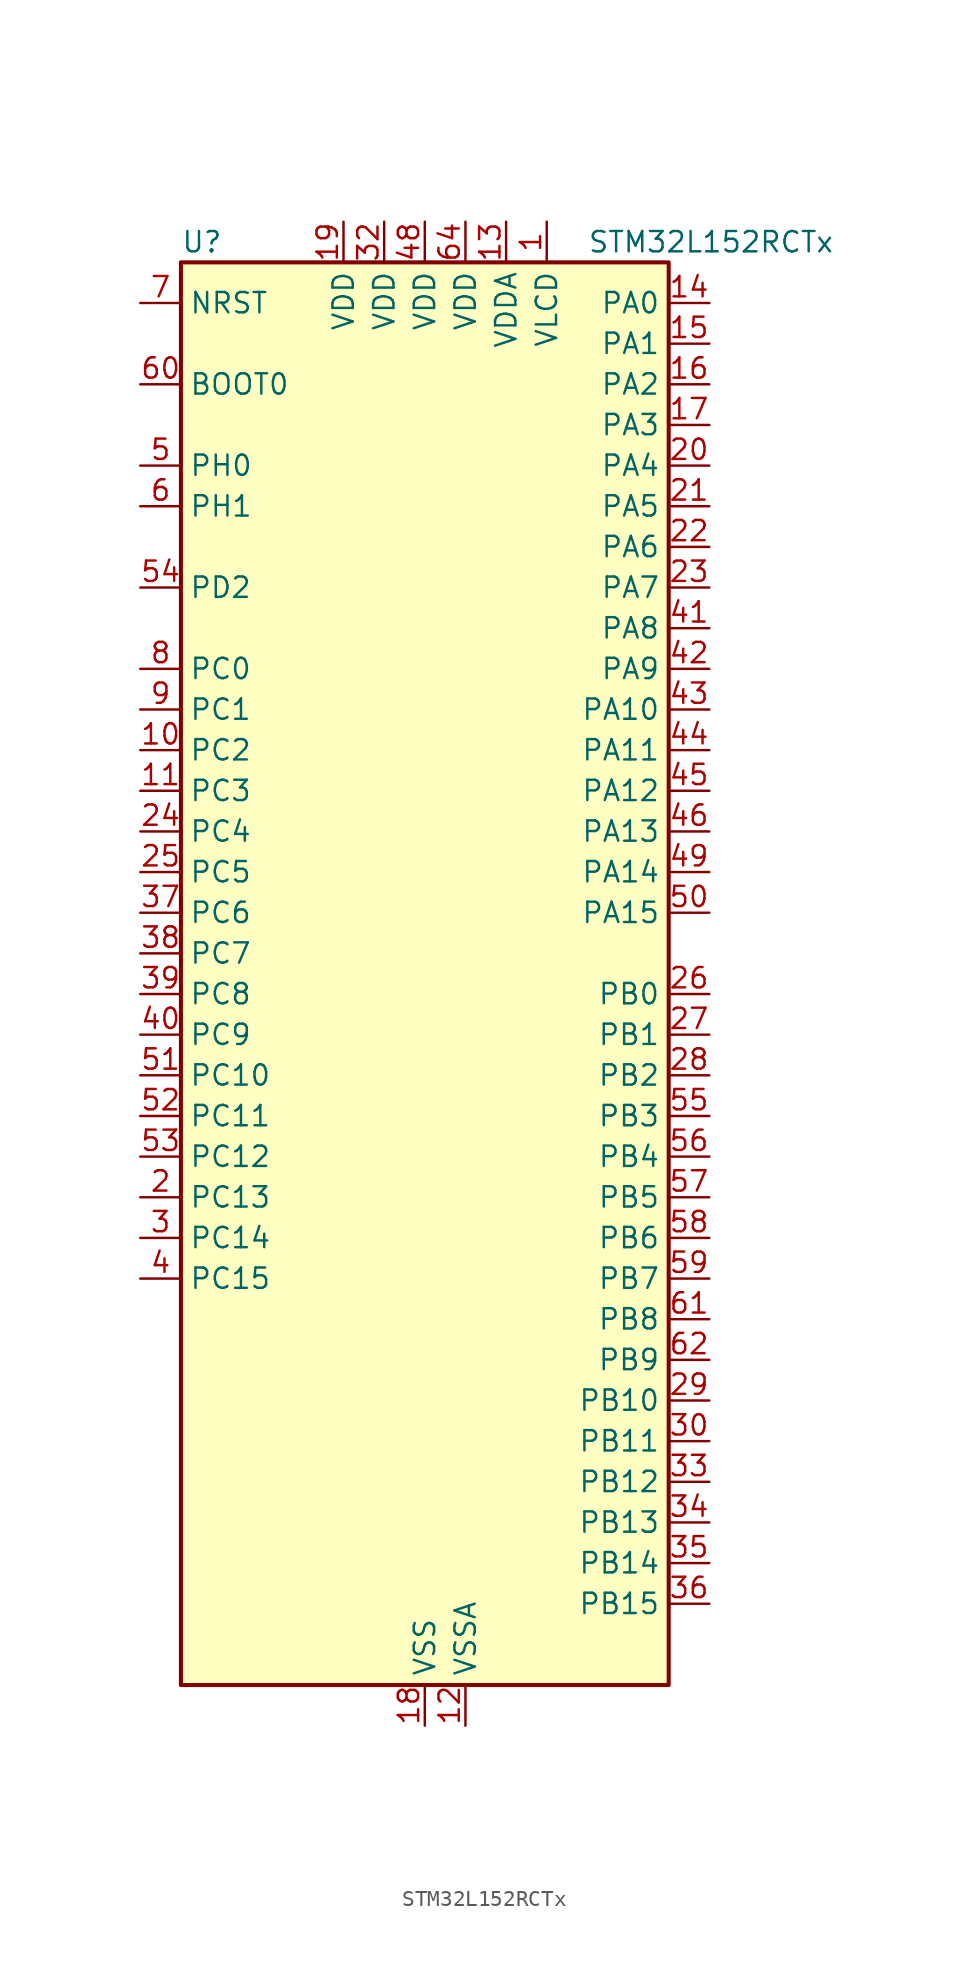
<source format=kicad_sym>
(kicad_symbol_lib
  (version 20231120)
  (generator "kicad_symbol_editor")
  (generator_version "8.0")
  (symbol "STM32L152RCTx"
    (property "Reference" "U"
      (at -15.24 46.99 0)
      (effects (font (size 1.27 1.27)) (justify left)))
    (property "Value" "STM32L152RCTx"
      (at 10.16 46.99 0)
      (effects (font (size 1.27 1.27)) (justify left)))
    (property "ki_locked" ""
      (at 0 0 0)
      (effects (font (size 1.27 1.27))))
    (symbol "STM32L152RCTx_0_1"
      (rectangle (start -15.24 -43.18) (end 15.24 45.72) (stroke (width 0.254) (type default)) (fill (type background))))
    (symbol "STM32L152RCTx_1_1"
      (pin power_in line (at 7.62 48.26 270) (length 2.54) (name "VLCD" (effects (font (size 1.27 1.27)))) (number "1" (effects (font (size 1.27 1.27)))))
      (pin bidirectional line (at -17.78 15.24 0) (length 2.54) (name "PC2" (effects (font (size 1.27 1.27)))) (number "10" (effects (font (size 1.27 1.27)))) (alternate "ADC_IN12" bidirectional line) (alternate "COMP1_INP" bidirectional line) (alternate "LCD_SEG20" bidirectional line) (alternate "TIMX_IC3" bidirectional line) (alternate "TS_G8_IO3" bidirectional line))
      (pin bidirectional line (at -17.78 12.7 0) (length 2.54) (name "PC3" (effects (font (size 1.27 1.27)))) (number "11" (effects (font (size 1.27 1.27)))) (alternate "ADC_IN13" bidirectional line) (alternate "COMP1_INP" bidirectional line) (alternate "LCD_SEG21" bidirectional line) (alternate "TIMX_IC4" bidirectional line) (alternate "TS_G8_IO4" bidirectional line))
      (pin power_in line (at 2.54 -45.72 90) (length 2.54) (name "VSSA" (effects (font (size 1.27 1.27)))) (number "12" (effects (font (size 1.27 1.27)))))
      (pin power_in line (at 5.08 48.26 270) (length 2.54) (name "VDDA" (effects (font (size 1.27 1.27)))) (number "13" (effects (font (size 1.27 1.27)))))
      (pin bidirectional line (at 17.78 43.18 180) (length 2.54) (name "PA0" (effects (font (size 1.27 1.27)))) (number "14" (effects (font (size 1.27 1.27)))) (alternate "ADC_IN0" bidirectional line) (alternate "COMP1_INP" bidirectional line) (alternate "RTC_TAMP2" bidirectional line) (alternate "SYS_WKUP1" bidirectional line) (alternate "TIM2_CH1" bidirectional line) (alternate "TIM2_ETR" bidirectional line) (alternate "TIM5_CH1" bidirectional line) (alternate "TIMX_IC1" bidirectional line) (alternate "TS_G1_IO1" bidirectional line) (alternate "USART2_CTS" bidirectional line))
      (pin bidirectional line (at 17.78 40.64 180) (length 2.54) (name "PA1" (effects (font (size 1.27 1.27)))) (number "15" (effects (font (size 1.27 1.27)))) (alternate "ADC_IN1" bidirectional line) (alternate "COMP1_INP" bidirectional line) (alternate "LCD_SEG0" bidirectional line) (alternate "OPAMP1_VINP" bidirectional line) (alternate "TIM2_CH2" bidirectional line) (alternate "TIM5_CH2" bidirectional line) (alternate "TIMX_IC2" bidirectional line) (alternate "TS_G1_IO2" bidirectional line) (alternate "USART2_RTS" bidirectional line))
      (pin bidirectional line (at 17.78 38.1 180) (length 2.54) (name "PA2" (effects (font (size 1.27 1.27)))) (number "16" (effects (font (size 1.27 1.27)))) (alternate "ADC_IN2" bidirectional line) (alternate "COMP1_INP" bidirectional line) (alternate "LCD_SEG1" bidirectional line) (alternate "OPAMP1_VINM" bidirectional line) (alternate "TIM2_CH3" bidirectional line) (alternate "TIM5_CH3" bidirectional line) (alternate "TIM9_CH1" bidirectional line) (alternate "TIMX_IC3" bidirectional line) (alternate "TS_G1_IO3" bidirectional line) (alternate "USART2_TX" bidirectional line))
      (pin bidirectional line (at 17.78 35.56 180) (length 2.54) (name "PA3" (effects (font (size 1.27 1.27)))) (number "17" (effects (font (size 1.27 1.27)))) (alternate "ADC_IN3" bidirectional line) (alternate "COMP1_INP" bidirectional line) (alternate "LCD_SEG2" bidirectional line) (alternate "OPAMP1_VOUT" bidirectional line) (alternate "TIM2_CH4" bidirectional line) (alternate "TIM5_CH4" bidirectional line) (alternate "TIM9_CH2" bidirectional line) (alternate "TIMX_IC4" bidirectional line) (alternate "TS_G1_IO4" bidirectional line) (alternate "USART2_RX" bidirectional line))
      (pin power_in line (at 0 -45.72 90) (length 2.54) (name "VSS" (effects (font (size 1.27 1.27)))) (number "18" (effects (font (size 1.27 1.27)))))
      (pin power_in line (at -5.08 48.26 270) (length 2.54) (name "VDD" (effects (font (size 1.27 1.27)))) (number "19" (effects (font (size 1.27 1.27)))))
      (pin bidirectional line (at -17.78 -12.7 0) (length 2.54) (name "PC13" (effects (font (size 1.27 1.27)))) (number "2" (effects (font (size 1.27 1.27)))) (alternate "RTC_OUT_ALARM" bidirectional line) (alternate "RTC_OUT_CALIB" bidirectional line) (alternate "RTC_TAMP1" bidirectional line) (alternate "RTC_TS" bidirectional line) (alternate "SYS_WKUP2" bidirectional line) (alternate "TIMX_IC2" bidirectional line))
      (pin bidirectional line (at 17.78 33.02 180) (length 2.54) (name "PA4" (effects (font (size 1.27 1.27)))) (number "20" (effects (font (size 1.27 1.27)))) (alternate "ADC_IN4" bidirectional line) (alternate "COMP1_INP" bidirectional line) (alternate "DAC_OUT1" bidirectional line) (alternate "I2S3_WS" bidirectional line) (alternate "SPI1_NSS" bidirectional line) (alternate "SPI3_NSS" bidirectional line) (alternate "TIMX_IC1" bidirectional line) (alternate "USART2_CK" bidirectional line))
      (pin bidirectional line (at 17.78 30.48 180) (length 2.54) (name "PA5" (effects (font (size 1.27 1.27)))) (number "21" (effects (font (size 1.27 1.27)))) (alternate "ADC_IN5" bidirectional line) (alternate "COMP1_INP" bidirectional line) (alternate "DAC_OUT2" bidirectional line) (alternate "SPI1_SCK" bidirectional line) (alternate "TIM2_CH1" bidirectional line) (alternate "TIM2_ETR" bidirectional line) (alternate "TIMX_IC2" bidirectional line))
      (pin bidirectional line (at 17.78 27.94 180) (length 2.54) (name "PA6" (effects (font (size 1.27 1.27)))) (number "22" (effects (font (size 1.27 1.27)))) (alternate "ADC_IN6" bidirectional line) (alternate "COMP1_INP" bidirectional line) (alternate "LCD_SEG3" bidirectional line) (alternate "OPAMP2_VINP" bidirectional line) (alternate "SPI1_MISO" bidirectional line) (alternate "TIM10_CH1" bidirectional line) (alternate "TIM3_CH1" bidirectional line) (alternate "TIMX_IC3" bidirectional line) (alternate "TS_G2_IO1" bidirectional line))
      (pin bidirectional line (at 17.78 25.4 180) (length 2.54) (name "PA7" (effects (font (size 1.27 1.27)))) (number "23" (effects (font (size 1.27 1.27)))) (alternate "ADC_IN7" bidirectional line) (alternate "COMP1_INP" bidirectional line) (alternate "LCD_SEG4" bidirectional line) (alternate "OPAMP2_VINM" bidirectional line) (alternate "SPI1_MOSI" bidirectional line) (alternate "TIM11_CH1" bidirectional line) (alternate "TIM3_CH2" bidirectional line) (alternate "TIMX_IC4" bidirectional line) (alternate "TS_G2_IO2" bidirectional line))
      (pin bidirectional line (at -17.78 10.16 0) (length 2.54) (name "PC4" (effects (font (size 1.27 1.27)))) (number "24" (effects (font (size 1.27 1.27)))) (alternate "ADC_IN14" bidirectional line) (alternate "COMP1_INP" bidirectional line) (alternate "LCD_SEG22" bidirectional line) (alternate "TIMX_IC1" bidirectional line) (alternate "TS_G9_IO1" bidirectional line))
      (pin bidirectional line (at -17.78 7.62 0) (length 2.54) (name "PC5" (effects (font (size 1.27 1.27)))) (number "25" (effects (font (size 1.27 1.27)))) (alternate "ADC_IN15" bidirectional line) (alternate "COMP1_INP" bidirectional line) (alternate "LCD_SEG23" bidirectional line) (alternate "TIMX_IC2" bidirectional line) (alternate "TS_G9_IO2" bidirectional line))
      (pin bidirectional line (at 17.78 0 180) (length 2.54) (name "PB0" (effects (font (size 1.27 1.27)))) (number "26" (effects (font (size 1.27 1.27)))) (alternate "ADC_IN8" bidirectional line) (alternate "COMP1_INP" bidirectional line) (alternate "LCD_SEG5" bidirectional line) (alternate "OPAMP2_VOUT" bidirectional line) (alternate "SYS_V_REF_OUT" bidirectional line) (alternate "TIM3_CH3" bidirectional line) (alternate "TS_G3_IO1" bidirectional line))
      (pin bidirectional line (at 17.78 -2.54 180) (length 2.54) (name "PB1" (effects (font (size 1.27 1.27)))) (number "27" (effects (font (size 1.27 1.27)))) (alternate "ADC_IN9" bidirectional line) (alternate "COMP1_INP" bidirectional line) (alternate "LCD_SEG6" bidirectional line) (alternate "SYS_V_REF_OUT" bidirectional line) (alternate "TIM3_CH4" bidirectional line) (alternate "TS_G3_IO2" bidirectional line))
      (pin bidirectional line (at 17.78 -5.08 180) (length 2.54) (name "PB2" (effects (font (size 1.27 1.27)))) (number "28" (effects (font (size 1.27 1.27)))) (alternate "TS_G3_IO3" bidirectional line))
      (pin bidirectional line (at 17.78 -25.4 180) (length 2.54) (name "PB10" (effects (font (size 1.27 1.27)))) (number "29" (effects (font (size 1.27 1.27)))) (alternate "I2C2_SCL" bidirectional line) (alternate "LCD_SEG10" bidirectional line) (alternate "TIM2_CH3" bidirectional line) (alternate "USART3_TX" bidirectional line))
      (pin bidirectional line (at -17.78 -15.24 0) (length 2.54) (name "PC14" (effects (font (size 1.27 1.27)))) (number "3" (effects (font (size 1.27 1.27)))) (alternate "RCC_OSC32_IN" bidirectional line) (alternate "TIMX_IC3" bidirectional line))
      (pin bidirectional line (at 17.78 -27.94 180) (length 2.54) (name "PB11" (effects (font (size 1.27 1.27)))) (number "30" (effects (font (size 1.27 1.27)))) (alternate "ADC_EXTI11" bidirectional line) (alternate "I2C2_SDA" bidirectional line) (alternate "LCD_SEG11" bidirectional line) (alternate "TIM2_CH4" bidirectional line) (alternate "USART3_RX" bidirectional line))
      (pin passive line (at 0 -45.72 90) (length 2.54) hide (name "VSS" (effects (font (size 1.27 1.27)))) (number "31" (effects (font (size 1.27 1.27)))))
      (pin power_in line (at -2.54 48.26 270) (length 2.54) (name "VDD" (effects (font (size 1.27 1.27)))) (number "32" (effects (font (size 1.27 1.27)))))
      (pin bidirectional line (at 17.78 -30.48 180) (length 2.54) (name "PB12" (effects (font (size 1.27 1.27)))) (number "33" (effects (font (size 1.27 1.27)))) (alternate "ADC_IN18" bidirectional line) (alternate "COMP1_INP" bidirectional line) (alternate "I2C2_SMBA" bidirectional line) (alternate "I2S2_WS" bidirectional line) (alternate "LCD_SEG12" bidirectional line) (alternate "SPI2_NSS" bidirectional line) (alternate "TIM10_CH1" bidirectional line) (alternate "TS_G7_IO1" bidirectional line) (alternate "USART3_CK" bidirectional line))
      (pin bidirectional line (at 17.78 -33.02 180) (length 2.54) (name "PB13" (effects (font (size 1.27 1.27)))) (number "34" (effects (font (size 1.27 1.27)))) (alternate "ADC_IN19" bidirectional line) (alternate "COMP1_INP" bidirectional line) (alternate "I2S2_CK" bidirectional line) (alternate "LCD_SEG13" bidirectional line) (alternate "SPI2_SCK" bidirectional line) (alternate "TIM9_CH1" bidirectional line) (alternate "TS_G7_IO2" bidirectional line) (alternate "USART3_CTS" bidirectional line))
      (pin bidirectional line (at 17.78 -35.56 180) (length 2.54) (name "PB14" (effects (font (size 1.27 1.27)))) (number "35" (effects (font (size 1.27 1.27)))) (alternate "ADC_IN20" bidirectional line) (alternate "COMP1_INP" bidirectional line) (alternate "LCD_SEG14" bidirectional line) (alternate "SPI2_MISO" bidirectional line) (alternate "TIM9_CH2" bidirectional line) (alternate "TS_G7_IO3" bidirectional line) (alternate "USART3_RTS" bidirectional line))
      (pin bidirectional line (at 17.78 -38.1 180) (length 2.54) (name "PB15" (effects (font (size 1.27 1.27)))) (number "36" (effects (font (size 1.27 1.27)))) (alternate "ADC_EXTI15" bidirectional line) (alternate "ADC_IN21" bidirectional line) (alternate "COMP1_INP" bidirectional line) (alternate "I2S2_SD" bidirectional line) (alternate "LCD_SEG15" bidirectional line) (alternate "RTC_REFIN" bidirectional line) (alternate "SPI2_MOSI" bidirectional line) (alternate "TIM11_CH1" bidirectional line) (alternate "TS_G7_IO4" bidirectional line))
      (pin bidirectional line (at -17.78 5.08 0) (length 2.54) (name "PC6" (effects (font (size 1.27 1.27)))) (number "37" (effects (font (size 1.27 1.27)))) (alternate "I2S2_MCK" bidirectional line) (alternate "LCD_SEG24" bidirectional line) (alternate "TIM3_CH1" bidirectional line) (alternate "TIMX_IC3" bidirectional line) (alternate "TS_G10_IO1" bidirectional line))
      (pin bidirectional line (at -17.78 2.54 0) (length 2.54) (name "PC7" (effects (font (size 1.27 1.27)))) (number "38" (effects (font (size 1.27 1.27)))) (alternate "I2S3_MCK" bidirectional line) (alternate "LCD_SEG25" bidirectional line) (alternate "TIM3_CH2" bidirectional line) (alternate "TIMX_IC4" bidirectional line) (alternate "TS_G10_IO2" bidirectional line))
      (pin bidirectional line (at -17.78 0 0) (length 2.54) (name "PC8" (effects (font (size 1.27 1.27)))) (number "39" (effects (font (size 1.27 1.27)))) (alternate "LCD_SEG26" bidirectional line) (alternate "TIM3_CH3" bidirectional line) (alternate "TIMX_IC1" bidirectional line) (alternate "TS_G10_IO3" bidirectional line))
      (pin bidirectional line (at -17.78 -17.78 0) (length 2.54) (name "PC15" (effects (font (size 1.27 1.27)))) (number "4" (effects (font (size 1.27 1.27)))) (alternate "ADC_EXTI15" bidirectional line) (alternate "RCC_OSC32_OUT" bidirectional line) (alternate "TIMX_IC4" bidirectional line))
      (pin bidirectional line (at -17.78 -2.54 0) (length 2.54) (name "PC9" (effects (font (size 1.27 1.27)))) (number "40" (effects (font (size 1.27 1.27)))) (alternate "DAC_EXTI9" bidirectional line) (alternate "LCD_SEG27" bidirectional line) (alternate "TIM3_CH4" bidirectional line) (alternate "TIMX_IC2" bidirectional line) (alternate "TS_G10_IO4" bidirectional line))
      (pin bidirectional line (at 17.78 22.86 180) (length 2.54) (name "PA8" (effects (font (size 1.27 1.27)))) (number "41" (effects (font (size 1.27 1.27)))) (alternate "LCD_COM0" bidirectional line) (alternate "RCC_MCO" bidirectional line) (alternate "TIMX_IC1" bidirectional line) (alternate "TS_G4_IO1" bidirectional line) (alternate "USART1_CK" bidirectional line))
      (pin bidirectional line (at 17.78 20.32 180) (length 2.54) (name "PA9" (effects (font (size 1.27 1.27)))) (number "42" (effects (font (size 1.27 1.27)))) (alternate "DAC_EXTI9" bidirectional line) (alternate "LCD_COM1" bidirectional line) (alternate "TIMX_IC2" bidirectional line) (alternate "TS_G4_IO2" bidirectional line) (alternate "USART1_TX" bidirectional line))
      (pin bidirectional line (at 17.78 17.78 180) (length 2.54) (name "PA10" (effects (font (size 1.27 1.27)))) (number "43" (effects (font (size 1.27 1.27)))) (alternate "LCD_COM2" bidirectional line) (alternate "TIMX_IC3" bidirectional line) (alternate "TS_G4_IO3" bidirectional line) (alternate "USART1_RX" bidirectional line))
      (pin bidirectional line (at 17.78 15.24 180) (length 2.54) (name "PA11" (effects (font (size 1.27 1.27)))) (number "44" (effects (font (size 1.27 1.27)))) (alternate "ADC_EXTI11" bidirectional line) (alternate "SPI1_MISO" bidirectional line) (alternate "TIMX_IC4" bidirectional line) (alternate "USART1_CTS" bidirectional line) (alternate "USB_DM" bidirectional line))
      (pin bidirectional line (at 17.78 12.7 180) (length 2.54) (name "PA12" (effects (font (size 1.27 1.27)))) (number "45" (effects (font (size 1.27 1.27)))) (alternate "SPI1_MOSI" bidirectional line) (alternate "TIMX_IC1" bidirectional line) (alternate "USART1_RTS" bidirectional line) (alternate "USB_DP" bidirectional line))
      (pin bidirectional line (at 17.78 10.16 180) (length 2.54) (name "PA13" (effects (font (size 1.27 1.27)))) (number "46" (effects (font (size 1.27 1.27)))) (alternate "SYS_JTMS-SWDIO" bidirectional line) (alternate "TIMX_IC2" bidirectional line) (alternate "TS_G5_IO1" bidirectional line))
      (pin passive line (at 0 -45.72 90) (length 2.54) hide (name "VSS" (effects (font (size 1.27 1.27)))) (number "47" (effects (font (size 1.27 1.27)))))
      (pin power_in line (at 0 48.26 270) (length 2.54) (name "VDD" (effects (font (size 1.27 1.27)))) (number "48" (effects (font (size 1.27 1.27)))))
      (pin bidirectional line (at 17.78 7.62 180) (length 2.54) (name "PA14" (effects (font (size 1.27 1.27)))) (number "49" (effects (font (size 1.27 1.27)))) (alternate "SYS_JTCK-SWCLK" bidirectional line) (alternate "TIMX_IC3" bidirectional line) (alternate "TS_G5_IO2" bidirectional line))
      (pin bidirectional line (at -17.78 33.02 0) (length 2.54) (name "PH0" (effects (font (size 1.27 1.27)))) (number "5" (effects (font (size 1.27 1.27)))) (alternate "RCC_OSC_IN" bidirectional line))
      (pin bidirectional line (at 17.78 5.08 180) (length 2.54) (name "PA15" (effects (font (size 1.27 1.27)))) (number "50" (effects (font (size 1.27 1.27)))) (alternate "ADC_EXTI15" bidirectional line) (alternate "I2S3_WS" bidirectional line) (alternate "LCD_SEG17" bidirectional line) (alternate "SPI1_NSS" bidirectional line) (alternate "SPI3_NSS" bidirectional line) (alternate "SYS_JTDI" bidirectional line) (alternate "TIM2_CH1" bidirectional line) (alternate "TIM2_ETR" bidirectional line) (alternate "TIMX_IC4" bidirectional line) (alternate "TS_G5_IO3" bidirectional line))
      (pin bidirectional line (at -17.78 -5.08 0) (length 2.54) (name "PC10" (effects (font (size 1.27 1.27)))) (number "51" (effects (font (size 1.27 1.27)))) (alternate "I2S3_CK" bidirectional line) (alternate "LCD_COM4" bidirectional line) (alternate "LCD_SEG28" bidirectional line) (alternate "SPI3_SCK" bidirectional line) (alternate "TIMX_IC3" bidirectional line) (alternate "USART3_TX" bidirectional line))
      (pin bidirectional line (at -17.78 -7.62 0) (length 2.54) (name "PC11" (effects (font (size 1.27 1.27)))) (number "52" (effects (font (size 1.27 1.27)))) (alternate "ADC_EXTI11" bidirectional line) (alternate "LCD_COM5" bidirectional line) (alternate "LCD_SEG29" bidirectional line) (alternate "SPI3_MISO" bidirectional line) (alternate "TIMX_IC4" bidirectional line) (alternate "USART3_RX" bidirectional line))
      (pin bidirectional line (at -17.78 -10.16 0) (length 2.54) (name "PC12" (effects (font (size 1.27 1.27)))) (number "53" (effects (font (size 1.27 1.27)))) (alternate "I2S3_SD" bidirectional line) (alternate "LCD_COM6" bidirectional line) (alternate "LCD_SEG30" bidirectional line) (alternate "SPI3_MOSI" bidirectional line) (alternate "TIMX_IC1" bidirectional line) (alternate "USART3_CK" bidirectional line))
      (pin bidirectional line (at -17.78 25.4 0) (length 2.54) (name "PD2" (effects (font (size 1.27 1.27)))) (number "54" (effects (font (size 1.27 1.27)))) (alternate "LCD_COM7" bidirectional line) (alternate "LCD_SEG31" bidirectional line) (alternate "TIM3_ETR" bidirectional line) (alternate "TIMX_IC3" bidirectional line))
      (pin bidirectional line (at 17.78 -7.62 180) (length 2.54) (name "PB3" (effects (font (size 1.27 1.27)))) (number "55" (effects (font (size 1.27 1.27)))) (alternate "COMP2_INM" bidirectional line) (alternate "I2S3_CK" bidirectional line) (alternate "LCD_SEG7" bidirectional line) (alternate "SPI1_SCK" bidirectional line) (alternate "SPI3_SCK" bidirectional line) (alternate "SYS_JTDO-TRACESWO" bidirectional line) (alternate "TIM2_CH2" bidirectional line))
      (pin bidirectional line (at 17.78 -10.16 180) (length 2.54) (name "PB4" (effects (font (size 1.27 1.27)))) (number "56" (effects (font (size 1.27 1.27)))) (alternate "COMP2_INP" bidirectional line) (alternate "LCD_SEG8" bidirectional line) (alternate "SPI1_MISO" bidirectional line) (alternate "SPI3_MISO" bidirectional line) (alternate "SYS_JTRST" bidirectional line) (alternate "TIM3_CH1" bidirectional line) (alternate "TS_G6_IO1" bidirectional line))
      (pin bidirectional line (at 17.78 -12.7 180) (length 2.54) (name "PB5" (effects (font (size 1.27 1.27)))) (number "57" (effects (font (size 1.27 1.27)))) (alternate "COMP2_INP" bidirectional line) (alternate "I2C1_SMBA" bidirectional line) (alternate "I2S3_SD" bidirectional line) (alternate "LCD_SEG9" bidirectional line) (alternate "SPI1_MOSI" bidirectional line) (alternate "SPI3_MOSI" bidirectional line) (alternate "TIM3_CH2" bidirectional line) (alternate "TS_G6_IO2" bidirectional line))
      (pin bidirectional line (at 17.78 -15.24 180) (length 2.54) (name "PB6" (effects (font (size 1.27 1.27)))) (number "58" (effects (font (size 1.27 1.27)))) (alternate "COMP2_INP" bidirectional line) (alternate "I2C1_SCL" bidirectional line) (alternate "TIM4_CH1" bidirectional line) (alternate "TS_G6_IO3" bidirectional line) (alternate "USART1_TX" bidirectional line))
      (pin bidirectional line (at 17.78 -17.78 180) (length 2.54) (name "PB7" (effects (font (size 1.27 1.27)))) (number "59" (effects (font (size 1.27 1.27)))) (alternate "COMP2_INP" bidirectional line) (alternate "I2C1_SDA" bidirectional line) (alternate "SYS_PVD_IN" bidirectional line) (alternate "TIM4_CH2" bidirectional line) (alternate "TS_G6_IO4" bidirectional line) (alternate "USART1_RX" bidirectional line))
      (pin bidirectional line (at -17.78 30.48 0) (length 2.54) (name "PH1" (effects (font (size 1.27 1.27)))) (number "6" (effects (font (size 1.27 1.27)))) (alternate "RCC_OSC_OUT" bidirectional line))
      (pin input line (at -17.78 38.1 0) (length 2.54) (name "BOOT0" (effects (font (size 1.27 1.27)))) (number "60" (effects (font (size 1.27 1.27)))))
      (pin bidirectional line (at 17.78 -20.32 180) (length 2.54) (name "PB8" (effects (font (size 1.27 1.27)))) (number "61" (effects (font (size 1.27 1.27)))) (alternate "I2C1_SCL" bidirectional line) (alternate "LCD_SEG16" bidirectional line) (alternate "TIM10_CH1" bidirectional line) (alternate "TIM4_CH3" bidirectional line))
      (pin bidirectional line (at 17.78 -22.86 180) (length 2.54) (name "PB9" (effects (font (size 1.27 1.27)))) (number "62" (effects (font (size 1.27 1.27)))) (alternate "DAC_EXTI9" bidirectional line) (alternate "I2C1_SDA" bidirectional line) (alternate "LCD_COM3" bidirectional line) (alternate "TIM11_CH1" bidirectional line) (alternate "TIM4_CH4" bidirectional line))
      (pin passive line (at 0 -45.72 90) (length 2.54) hide (name "VSS" (effects (font (size 1.27 1.27)))) (number "63" (effects (font (size 1.27 1.27)))))
      (pin power_in line (at 2.54 48.26 270) (length 2.54) (name "VDD" (effects (font (size 1.27 1.27)))) (number "64" (effects (font (size 1.27 1.27)))))
      (pin input line (at -17.78 43.18 0) (length 2.54) (name "NRST" (effects (font (size 1.27 1.27)))) (number "7" (effects (font (size 1.27 1.27)))))
      (pin bidirectional line (at -17.78 20.32 0) (length 2.54) (name "PC0" (effects (font (size 1.27 1.27)))) (number "8" (effects (font (size 1.27 1.27)))) (alternate "ADC_IN10" bidirectional line) (alternate "COMP1_INP" bidirectional line) (alternate "LCD_SEG18" bidirectional line) (alternate "TIMX_IC1" bidirectional line) (alternate "TS_G8_IO1" bidirectional line))
      (pin bidirectional line (at -17.78 17.78 0) (length 2.54) (name "PC1" (effects (font (size 1.27 1.27)))) (number "9" (effects (font (size 1.27 1.27)))) (alternate "ADC_IN11" bidirectional line) (alternate "COMP1_INP" bidirectional line) (alternate "LCD_SEG19" bidirectional line) (alternate "TIMX_IC2" bidirectional line) (alternate "TS_G8_IO2" bidirectional line)))))
</source>
